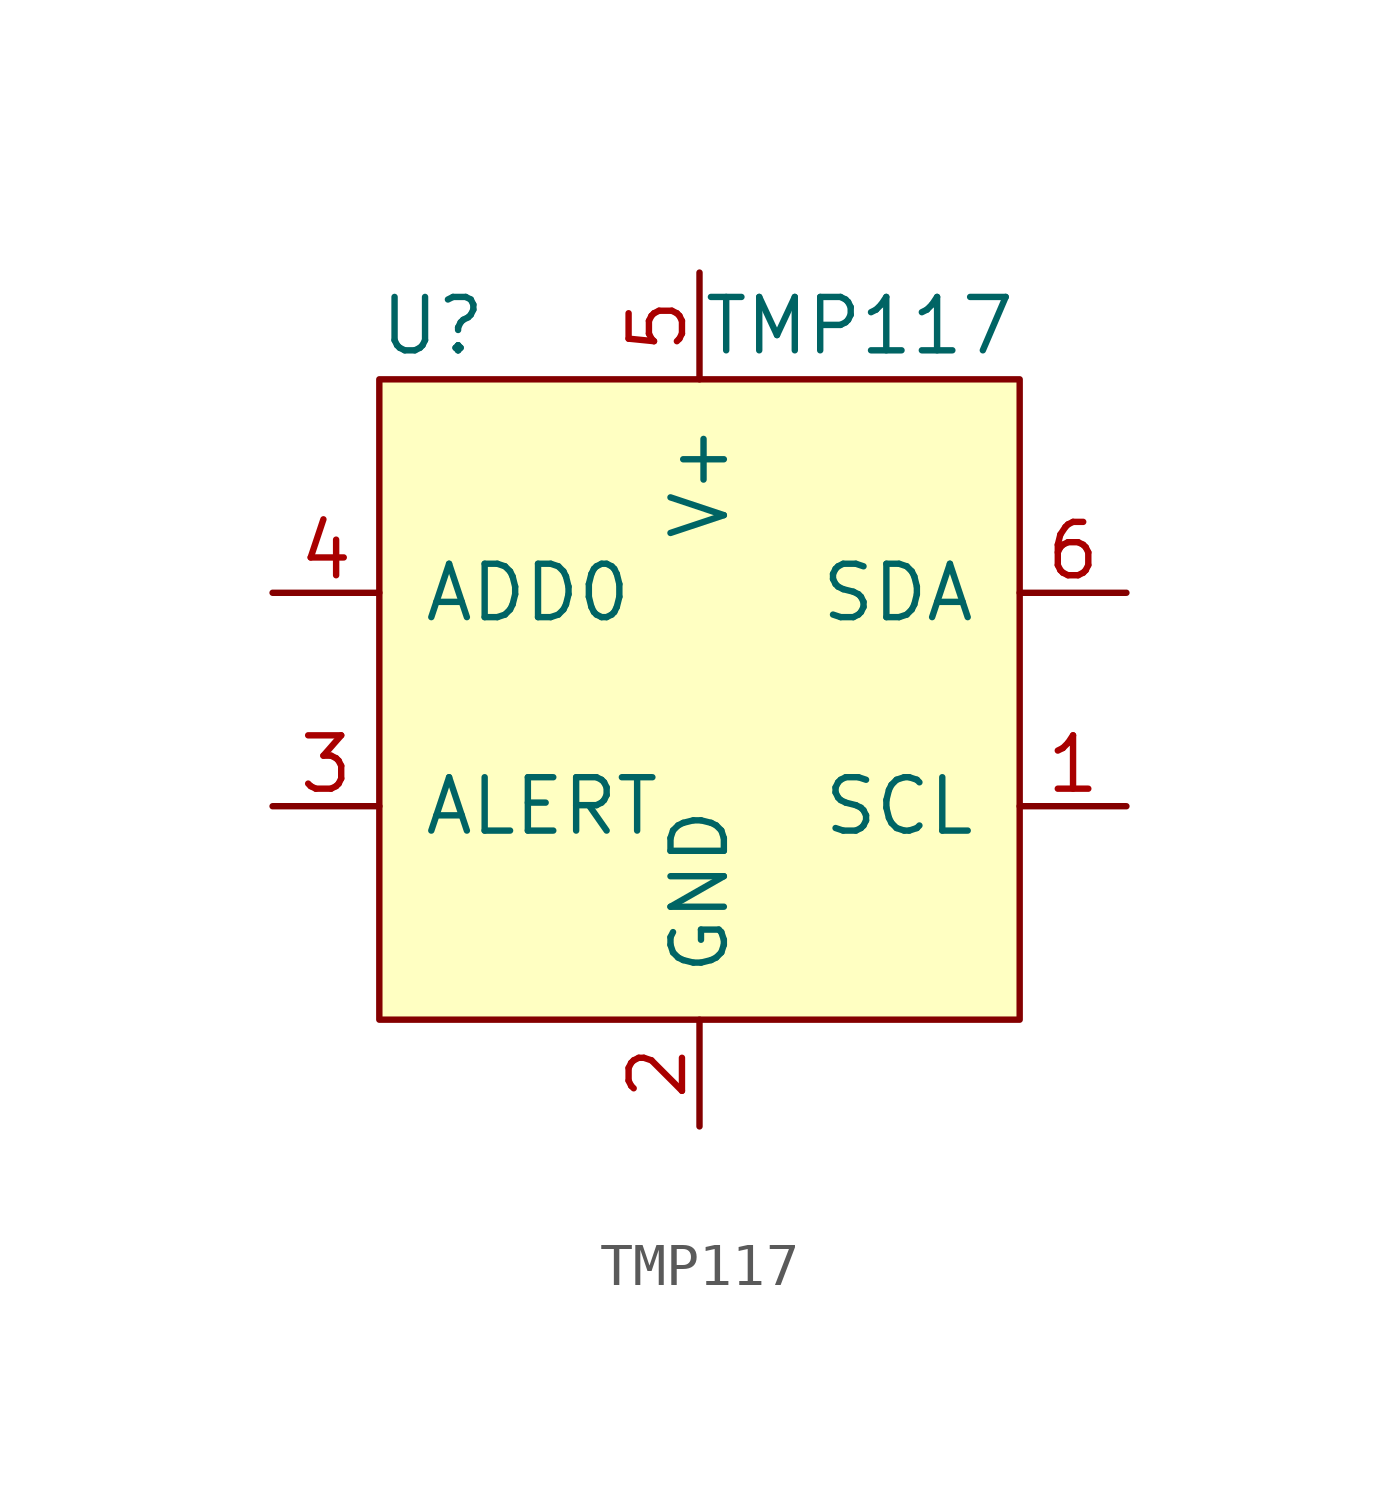
<source format=kicad_sym>
(kicad_symbol_lib
  (version 20211014)
  (generator kicad_symbol_editor)
  (symbol "TMP117"
    (pin_names
      (offset 1.016))
    (property "Reference" "U"
      (at -6.35 8.89 0)
      (effects (font (size 1.27 1.27))))
    (property "Value" "TMP117"
      (at 3.81 8.89 0)
      (effects (font (size 1.27 1.27))))
    (symbol "TMP117_0_1"
      (rectangle (start -7.62 7.62) (end 7.62 -7.62) (stroke (width 0) (type default) (color 0 0 0 0)) (fill (type background))))
    (symbol "TMP117_1_1"
      (pin input line (at 10.16 -2.54 180) (length 2.54) (name "SCL" (effects (font (size 1.27 1.27)))) (number "1" (effects (font (size 1.27 1.27)))))
      (pin power_out line (at 0 -10.16 90) (length 2.54) (name "GND" (effects (font (size 1.27 1.27)))) (number "2" (effects (font (size 1.27 1.27)))))
      (pin output line (at -10.16 -2.54 0) (length 2.54) (name "ALERT" (effects (font (size 1.27 1.27)))) (number "3" (effects (font (size 1.27 1.27)))))
      (pin input line (at -10.16 2.54 0) (length 2.54) (name "ADD0" (effects (font (size 1.27 1.27)))) (number "4" (effects (font (size 1.27 1.27)))))
      (pin power_in line (at 0 10.16 270) (length 2.54) (name "V+" (effects (font (size 1.27 1.27)))) (number "5" (effects (font (size 1.27 1.27)))))
      (pin bidirectional line (at 10.16 2.54 180) (length 2.54) (name "SDA" (effects (font (size 1.27 1.27)))) (number "6" (effects (font (size 1.27 1.27))))))))
</source>
